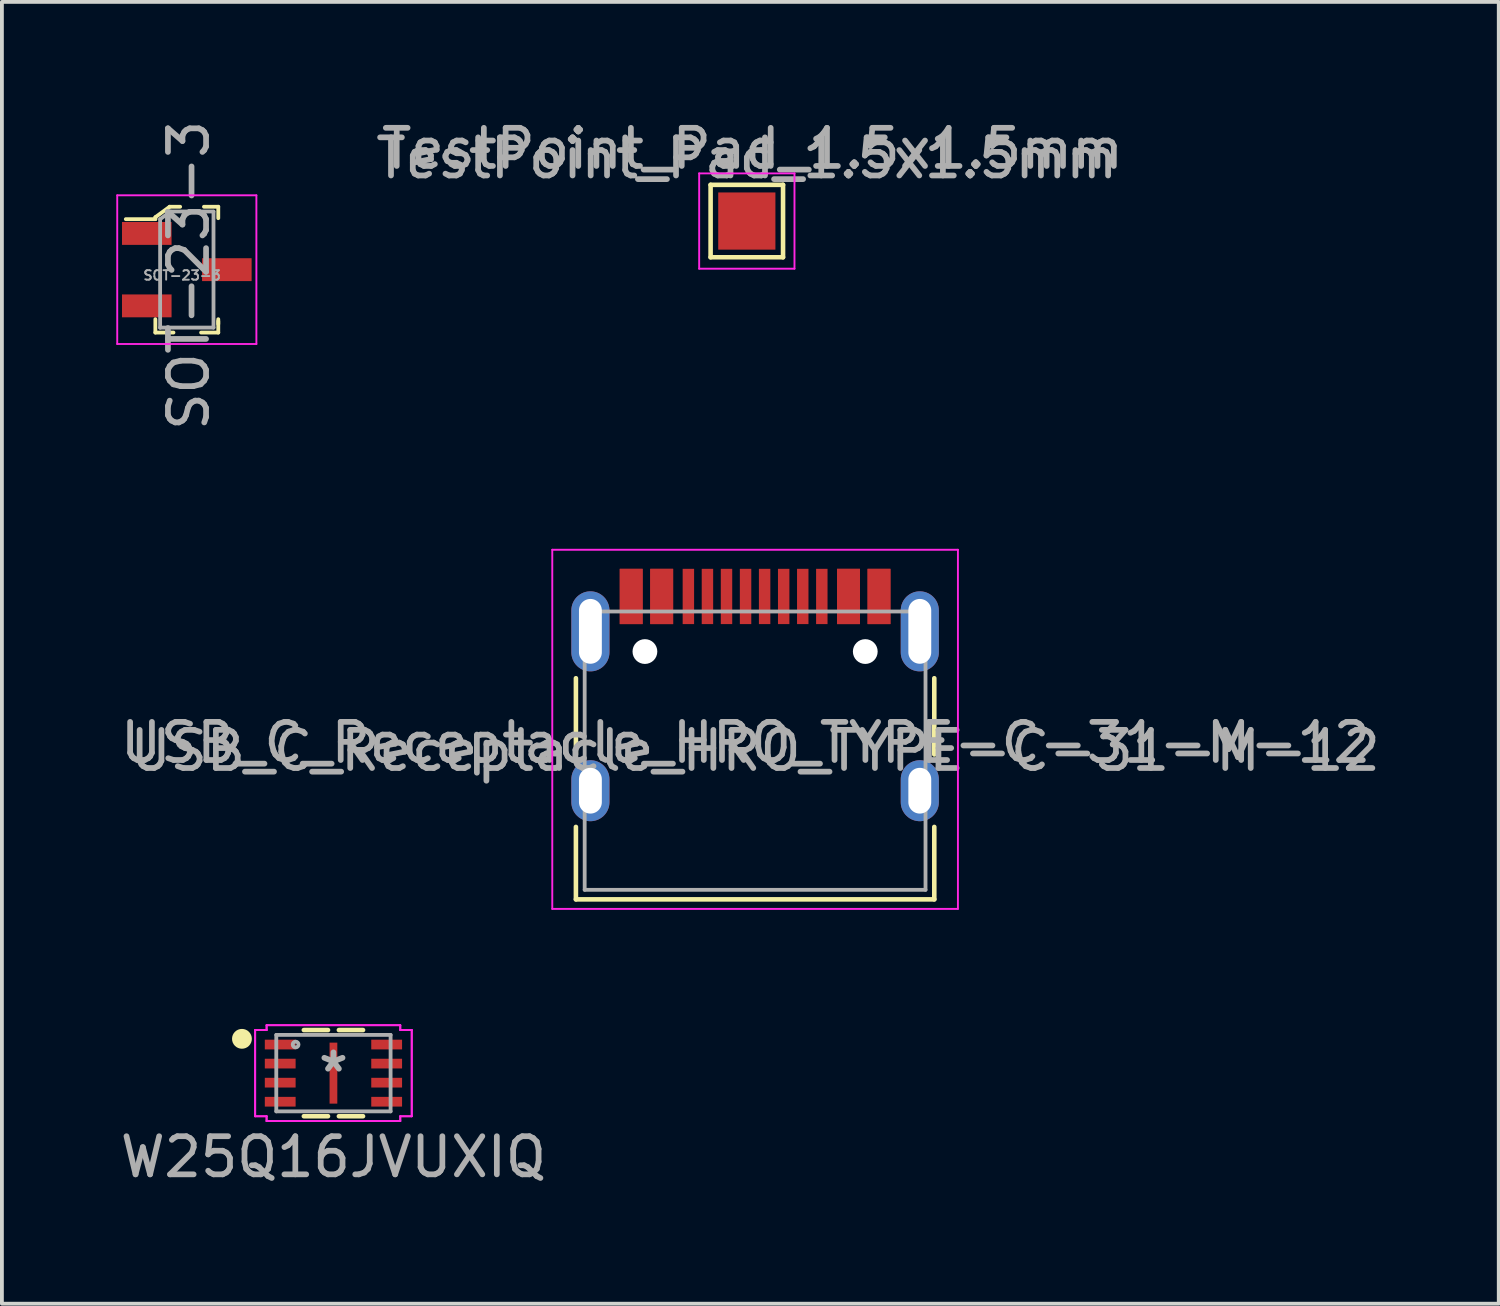
<source format=kicad_pcb>
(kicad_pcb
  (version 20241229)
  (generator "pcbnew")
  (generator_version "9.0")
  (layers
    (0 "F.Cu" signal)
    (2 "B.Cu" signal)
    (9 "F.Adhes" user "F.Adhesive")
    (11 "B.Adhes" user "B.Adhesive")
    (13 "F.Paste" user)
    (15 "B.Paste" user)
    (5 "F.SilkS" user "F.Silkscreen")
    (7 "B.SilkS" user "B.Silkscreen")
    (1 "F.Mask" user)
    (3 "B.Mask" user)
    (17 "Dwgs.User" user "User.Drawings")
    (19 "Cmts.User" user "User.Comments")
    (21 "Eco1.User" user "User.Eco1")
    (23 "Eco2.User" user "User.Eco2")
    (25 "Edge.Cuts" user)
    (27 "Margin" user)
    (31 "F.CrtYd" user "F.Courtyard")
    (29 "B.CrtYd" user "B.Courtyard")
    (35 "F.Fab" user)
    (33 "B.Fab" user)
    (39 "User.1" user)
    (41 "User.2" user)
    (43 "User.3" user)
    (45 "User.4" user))
  (footprint "USB_C_Receptacle_HRO_TYPE-C-31-M-12"
    (layer "F.Cu")
    (at 16.756 16.64)
    (property "Reference" "USB_C_Receptacle_HRO_TYPE-C-31-M-12" (at -0.25 -0.21 0) (layer "F.Fab") (effects (font (size 1 1) (thickness 0.15))))
    (attr smd)
    (fp_line (start -4.7 -1.9) (end -4.7 0.1) (stroke (width 0.12) (type solid)) (layer "F.SilkS"))
    (fp_line (start -4.7 2) (end -4.7 3.9) (stroke (width 0.12) (type solid)) (layer "F.SilkS"))
    (fp_line (start -4.7 3.9) (end 4.7 3.9) (stroke (width 0.12) (type solid)) (layer "F.SilkS"))
    (fp_line (start 4.7 -1.9) (end 4.7 0.1) (stroke (width 0.12) (type solid)) (layer "F.SilkS"))
    (fp_line (start 4.7 2) (end 4.7 3.9) (stroke (width 0.12) (type solid)) (layer "F.SilkS"))
    (fp_line (start -5.32 -5.27) (end -5.32 4.15) (stroke (width 0.05) (type solid)) (layer "F.CrtYd"))
    (fp_line (start -5.32 -5.27) (end 5.32 -5.27) (stroke (width 0.05) (type solid)) (layer "F.CrtYd"))
    (fp_line (start -5.32 4.15) (end 5.32 4.15) (stroke (width 0.05) (type solid)) (layer "F.CrtYd"))
    (fp_line (start 5.32 -5.27) (end 5.32 4.15) (stroke (width 0.05) (type solid)) (layer "F.CrtYd"))
    (fp_line (start -4.47 -3.65) (end -4.47 3.65) (stroke (width 0.1) (type solid)) (layer "F.Fab"))
    (fp_line (start -4.47 -3.65) (end 4.47 -3.65) (stroke (width 0.1) (type solid)) (layer "F.Fab"))
    (fp_line (start -4.47 3.65) (end 4.47 3.65) (stroke (width 0.1) (type solid)) (layer "F.Fab"))
    (fp_line (start 4.47 -3.65) (end 4.47 3.65) (stroke (width 0.1) (type solid)) (layer "F.Fab"))
    (fp_text user "${REFERENCE}" (at 0 0 0) (layer "F.Fab") (effects (font (size 1 1) (thickness 0.15))))
    (pad "" np_thru_hole circle (at -2.89 -2.6) (size 0.65 0.65) (drill 0.65) (layers "*.Cu" "*.Mask"))
    (pad "" np_thru_hole circle (at 2.89 -2.6) (size 0.65 0.65) (drill 0.65) (layers "*.Cu" "*.Mask"))
    (pad "A1" smd rect (at -3.25 -4.045) (size 0.6 1.45) (layers "F.Cu" "F.Mask" "F.Paste"))
    (pad "A4" smd rect (at -2.45 -4.045) (size 0.6 1.45) (layers "F.Cu" "F.Mask" "F.Paste"))
    (pad "A5" smd rect (at -1.25 -4.045) (size 0.3 1.45) (layers "F.Cu" "F.Mask" "F.Paste"))
    (pad "A6" smd rect (at -0.25 -4.045) (size 0.3 1.45) (layers "F.Cu" "F.Mask" "F.Paste"))
    (pad "A7" smd rect (at 0.25 -4.045) (size 0.3 1.45) (layers "F.Cu" "F.Mask" "F.Paste"))
    (pad "A8" smd rect (at 1.25 -4.045) (size 0.3 1.45) (layers "F.Cu" "F.Mask" "F.Paste"))
    (pad "A9" smd rect (at 2.45 -4.045) (size 0.6 1.45) (layers "F.Cu" "F.Mask" "F.Paste"))
    (pad "A12" smd rect (at 3.25 -4.045) (size 0.6 1.45) (layers "F.Cu" "F.Mask" "F.Paste"))
    (pad "B1" smd rect (at 3.25 -4.045) (size 0.6 1.45) (layers "F.Cu" "F.Mask" "F.Paste"))
    (pad "B4" smd rect (at 2.45 -4.045) (size 0.6 1.45) (layers "F.Cu" "F.Mask" "F.Paste"))
    (pad "B5" smd rect (at 1.75 -4.045) (size 0.3 1.45) (layers "F.Cu" "F.Mask" "F.Paste"))
    (pad "B6" smd rect (at 0.75 -4.045) (size 0.3 1.45) (layers "F.Cu" "F.Mask" "F.Paste"))
    (pad "B7" smd rect (at -0.75 -4.045) (size 0.3 1.45) (layers "F.Cu" "F.Mask" "F.Paste"))
    (pad "B8" smd rect (at -1.75 -4.045) (size 0.3 1.45) (layers "F.Cu" "F.Mask" "F.Paste"))
    (pad "B9" smd rect (at -2.45 -4.045) (size 0.6 1.45) (layers "F.Cu" "F.Mask" "F.Paste"))
    (pad "B12" smd rect (at -3.25 -4.045) (size 0.6 1.45) (layers "F.Cu" "F.Mask" "F.Paste"))
    (pad "S1" thru_hole oval (at -4.32 -3.13) (size 1 2.1) (drill oval 0.6 1.7) (layers "*.Cu" "*.Mask"))
    (pad "S1" thru_hole oval (at -4.32 1.05) (size 1 1.6) (drill oval 0.6 1.2) (layers "*.Cu" "*.Mask"))
    (pad "S1" thru_hole oval (at 4.32 -3.13) (size 1 2.1) (drill oval 0.6 1.7) (layers "*.Cu" "*.Mask"))
    (pad "S1" thru_hole oval (at 4.32 1.05) (size 1 1.6) (drill oval 0.6 1.2) (layers "*.Cu" "*.Mask")))
  (footprint "W25Q16JVUXIQ"
    (layer "F.Cu")
    (at 5.696 25.098)
    (property "Reference" "W25Q16JVUXIQ" (at 0 2.2 180) (layer "F.Fab") (effects (font (size 1 1) (thickness 0.15))))
    (attr through_hole)
    (fp_line (start -0.776 1.13) (end -0.143 1.13) (stroke (width 0.12) (type solid)) (layer "F.SilkS"))
    (fp_line (start -0.143 -1.13) (end -0.776 -1.13) (stroke (width 0.12) (type solid)) (layer "F.SilkS"))
    (fp_line (start 0.143 1.13) (end 0.776 1.13) (stroke (width 0.12) (type solid)) (layer "F.SilkS"))
    (fp_line (start 0.776 -1.13) (end 0.143 -1.13) (stroke (width 0.12) (type solid)) (layer "F.SilkS"))
    (fp_circle (center -2.4 -0.9) (end -2.2 -0.9) (stroke (width 0.12) (type solid)) (fill yes) (layer "F.SilkS"))
    (fp_line (start -2.054 -1.131) (end -1.753 -1.131) (stroke (width 0.05) (type solid)) (layer "F.CrtYd"))
    (fp_line (start -2.054 -1.131) (end -1.753 -1.131) (stroke (width 0.05) (type solid)) (layer "F.CrtYd"))
    (fp_line (start -2.054 1.131) (end -2.054 -1.131) (stroke (width 0.05) (type solid)) (layer "F.CrtYd"))
    (fp_line (start -2.054 1.131) (end -2.054 -1.131) (stroke (width 0.05) (type solid)) (layer "F.CrtYd"))
    (fp_line (start -2.054 1.131) (end -1.753 1.131) (stroke (width 0.05) (type solid)) (layer "F.CrtYd"))
    (fp_line (start -1.753 -1.257) (end 1.753 -1.257) (stroke (width 0.05) (type solid)) (layer "F.CrtYd"))
    (fp_line (start -1.753 -1.257) (end 1.753 -1.257) (stroke (width 0.05) (type solid)) (layer "F.CrtYd"))
    (fp_line (start -1.753 -1.131) (end -1.753 -1.257) (stroke (width 0.05) (type solid)) (layer "F.CrtYd"))
    (fp_line (start -1.753 -1.131) (end -1.753 -1.257) (stroke (width 0.05) (type solid)) (layer "F.CrtYd"))
    (fp_line (start -1.753 1.131) (end -2.054 1.131) (stroke (width 0.05) (type solid)) (layer "F.CrtYd"))
    (fp_line (start -1.753 1.257) (end -1.753 1.131) (stroke (width 0.05) (type solid)) (layer "F.CrtYd"))
    (fp_line (start -1.753 1.257) (end -1.753 1.131) (stroke (width 0.05) (type solid)) (layer "F.CrtYd"))
    (fp_line (start 1.753 -1.257) (end 1.753 -1.131) (stroke (width 0.05) (type solid)) (layer "F.CrtYd"))
    (fp_line (start 1.753 -1.257) (end 1.753 -1.131) (stroke (width 0.05) (type solid)) (layer "F.CrtYd"))
    (fp_line (start 1.753 -1.131) (end 2.054 -1.131) (stroke (width 0.05) (type solid)) (layer "F.CrtYd"))
    (fp_line (start 1.753 1.131) (end 1.753 1.257) (stroke (width 0.05) (type solid)) (layer "F.CrtYd"))
    (fp_line (start 1.753 1.131) (end 1.753 1.257) (stroke (width 0.05) (type solid)) (layer "F.CrtYd"))
    (fp_line (start 1.753 1.257) (end -1.753 1.257) (stroke (width 0.05) (type solid)) (layer "F.CrtYd"))
    (fp_line (start 1.753 1.257) (end -1.753 1.257) (stroke (width 0.05) (type solid)) (layer "F.CrtYd"))
    (fp_line (start 2.054 -1.131) (end 1.753 -1.131) (stroke (width 0.05) (type solid)) (layer "F.CrtYd"))
    (fp_line (start 2.054 -1.131) (end 2.054 1.131) (stroke (width 0.05) (type solid)) (layer "F.CrtYd"))
    (fp_line (start 2.054 -1.131) (end 2.054 1.131) (stroke (width 0.05) (type solid)) (layer "F.CrtYd"))
    (fp_line (start 2.054 1.131) (end 1.753 1.131) (stroke (width 0.05) (type solid)) (layer "F.CrtYd"))
    (fp_line (start 2.054 1.131) (end 1.753 1.131) (stroke (width 0.05) (type solid)) (layer "F.CrtYd"))
    (fp_line (start -1.499 -1.003) (end -1.499 1.003) (stroke (width 0.1) (type solid)) (layer "F.Fab"))
    (fp_line (start -1.499 1.003) (end 1.499 1.003) (stroke (width 0.1) (type solid)) (layer "F.Fab"))
    (fp_line (start 1.499 -1.003) (end -1.499 -1.003) (stroke (width 0.1) (type solid)) (layer "F.Fab"))
    (fp_line (start 1.499 1.003) (end 1.499 -1.003) (stroke (width 0.1) (type solid)) (layer "F.Fab"))
    (fp_circle (center -0.992 -0.75) (end -0.916 -0.75) (stroke (width 0.1) (type solid)) (fill no) (layer "F.Fab"))
    (fp_text user "*" (at 0 0 180) (layer "F.Fab") (effects (font (size 1 1) (thickness 0.15))))
    (pad "1" smd rect (at -1.396 -0.75) (size 0.808 0.255) (layers "F.Cu" "F.Mask" "F.Paste"))
    (pad "2" smd rect (at -1.396 -0.25) (size 0.808 0.255) (layers "F.Cu" "F.Mask" "F.Paste"))
    (pad "3" smd rect (at -1.396 0.25) (size 0.808 0.255) (layers "F.Cu" "F.Mask" "F.Paste"))
    (pad "4" smd rect (at -1.396 0.75) (size 0.808 0.255) (layers "F.Cu" "F.Mask" "F.Paste"))
    (pad "5" smd rect (at 1.396 0.75) (size 0.808 0.255) (layers "F.Cu" "F.Mask" "F.Paste"))
    (pad "6" smd rect (at 1.396 0.25) (size 0.808 0.255) (layers "F.Cu" "F.Mask" "F.Paste"))
    (pad "7" smd rect (at 1.396 -0.25) (size 0.808 0.255) (layers "F.Cu" "F.Mask" "F.Paste"))
    (pad "8" smd rect (at 1.396 -0.75) (size 0.808 0.255) (layers "F.Cu" "F.Mask" "F.Paste"))
    (pad "9" smd rect (at 0 0) (size 0.203 1.6) (layers "F.Cu" "F.Mask" "F.Paste")))
  (footprint "SOT-23-3"
    (layer "F.Cu")
    (at 1.85 4.023)
    (property "Reference" "SOT-23-3" (at 0.05 0.15 90) (layer "F.Fab") (effects (font (size 1 1) (thickness 0.15))))
    (attr smd)
    (fp_line (start -0.825 -1.375) (end -0.825 -1.325) (stroke (width 0.1) (type solid)) (layer "F.SilkS"))
    (fp_line (start -0.825 -1.325) (end -1.6 -1.325) (stroke (width 0.1) (type solid)) (layer "F.SilkS"))
    (fp_line (start -0.825 1.65) (end -0.825 1.3) (stroke (width 0.1) (type solid)) (layer "F.SilkS"))
    (fp_line (start -0.45 -1.65) (end -0.825 -1.375) (stroke (width 0.1) (type solid)) (layer "F.SilkS"))
    (fp_line (start -0.35 1.65) (end -0.825 1.65) (stroke (width 0.1) (type solid)) (layer "F.SilkS"))
    (fp_line (start -0.175 -1.65) (end -0.45 -1.65) (stroke (width 0.1) (type solid)) (layer "F.SilkS"))
    (fp_line (start 0.45 -1.65) (end 0.825 -1.65) (stroke (width 0.1) (type solid)) (layer "F.SilkS"))
    (fp_line (start 0.825 -1.65) (end 0.825 -1.35) (stroke (width 0.1) (type solid)) (layer "F.SilkS"))
    (fp_line (start 0.825 1.35) (end 0.825 1.65) (stroke (width 0.1) (type solid)) (layer "F.SilkS"))
    (fp_line (start 0.825 1.425) (end 0.825 1.3) (stroke (width 0.1) (type solid)) (layer "F.SilkS"))
    (fp_line (start 0.825 1.65) (end 0.375 1.65) (stroke (width 0.1) (type solid)) (layer "F.SilkS"))
    (fp_line (start -1.825 -1.95) (end -1.825 1.95) (stroke (width 0.05) (type solid)) (layer "F.CrtYd"))
    (fp_line (start -1.825 -1.95) (end 1.825 -1.95) (stroke (width 0.05) (type solid)) (layer "F.CrtYd"))
    (fp_line (start 1.825 -1.95) (end 1.825 1.95) (stroke (width 0.05) (type solid)) (layer "F.CrtYd"))
    (fp_line (start 1.825 1.95) (end -1.825 1.95) (stroke (width 0.05) (type solid)) (layer "F.CrtYd"))
    (fp_line (start -0.7 -1.325) (end -0.7 1.525) (stroke (width 0.1) (type solid)) (layer "F.Fab"))
    (fp_line (start -0.7 1.52) (end 0.7 1.52) (stroke (width 0.1) (type solid)) (layer "F.Fab"))
    (fp_line (start -0.425 -1.525) (end -0.7 -1.325) (stroke (width 0.1) (type solid)) (layer "F.Fab"))
    (fp_line (start -0.425 -1.525) (end 0.7 -1.525) (stroke (width 0.1) (type solid)) (layer "F.Fab"))
    (fp_line (start 0.7 1.52) (end 0.7 -1.52) (stroke (width 0.1) (type solid)) (layer "F.Fab"))
    (fp_text user "${REFERENCE}" (at -0.125 0.15 0) (layer "F.Fab") (effects (font (size 0.25 0.25) (thickness 0.05))))
    (pad "1" smd rect (at -1.05 -0.95) (size 1.3 0.6) (layers "F.Cu" "F.Mask" "F.Paste"))
    (pad "2" smd rect (at -1.05 0.95) (size 1.3 0.6) (layers "F.Cu" "F.Mask" "F.Paste"))
    (pad "3" smd rect (at 1.05 0) (size 1.3 0.6) (layers "F.Cu" "F.Mask" "F.Paste")))
  (footprint "TestPoint_Pad_1.5x1.5mm"
    (layer "F.Cu")
    (at 16.539 2.748)
    (property "Reference" "TestPoint_Pad_1.5x1.5mm" (at 0.15 -1.9 0) (layer "F.Fab") (effects (font (size 1 1) (thickness 0.15))))
    (attr exclude_from_pos_files)
    (fp_line (start -0.95 -0.95) (end 0.95 -0.95) (stroke (width 0.12) (type solid)) (layer "F.SilkS"))
    (fp_line (start -0.95 0.95) (end -0.95 -0.95) (stroke (width 0.12) (type solid)) (layer "F.SilkS"))
    (fp_line (start 0.95 -0.95) (end 0.95 0.95) (stroke (width 0.12) (type solid)) (layer "F.SilkS"))
    (fp_line (start 0.95 0.95) (end -0.95 0.95) (stroke (width 0.12) (type solid)) (layer "F.SilkS"))
    (fp_line (start -1.25 -1.25) (end -1.25 1.25) (stroke (width 0.05) (type solid)) (layer "F.CrtYd"))
    (fp_line (start -1.25 -1.25) (end 1.25 -1.25) (stroke (width 0.05) (type solid)) (layer "F.CrtYd"))
    (fp_line (start 1.25 1.25) (end -1.25 1.25) (stroke (width 0.05) (type solid)) (layer "F.CrtYd"))
    (fp_line (start 1.25 1.25) (end 1.25 -1.25) (stroke (width 0.05) (type solid)) (layer "F.CrtYd"))
    (fp_text user "${REFERENCE}" (at 0 -1.65 0) (layer "F.Fab") (effects (font (size 1 1) (thickness 0.15))))
    (pad "1" smd rect (at 0 0) (size 1.5 1.5) (layers "F.Cu" "F.Mask")))
  (gr_rect
    (start -3 -3)
    (end 36.262 31.146)
    (stroke (width 0.1) (type default))
    (fill no)
    (layer "Edge.Cuts")))
</source>
